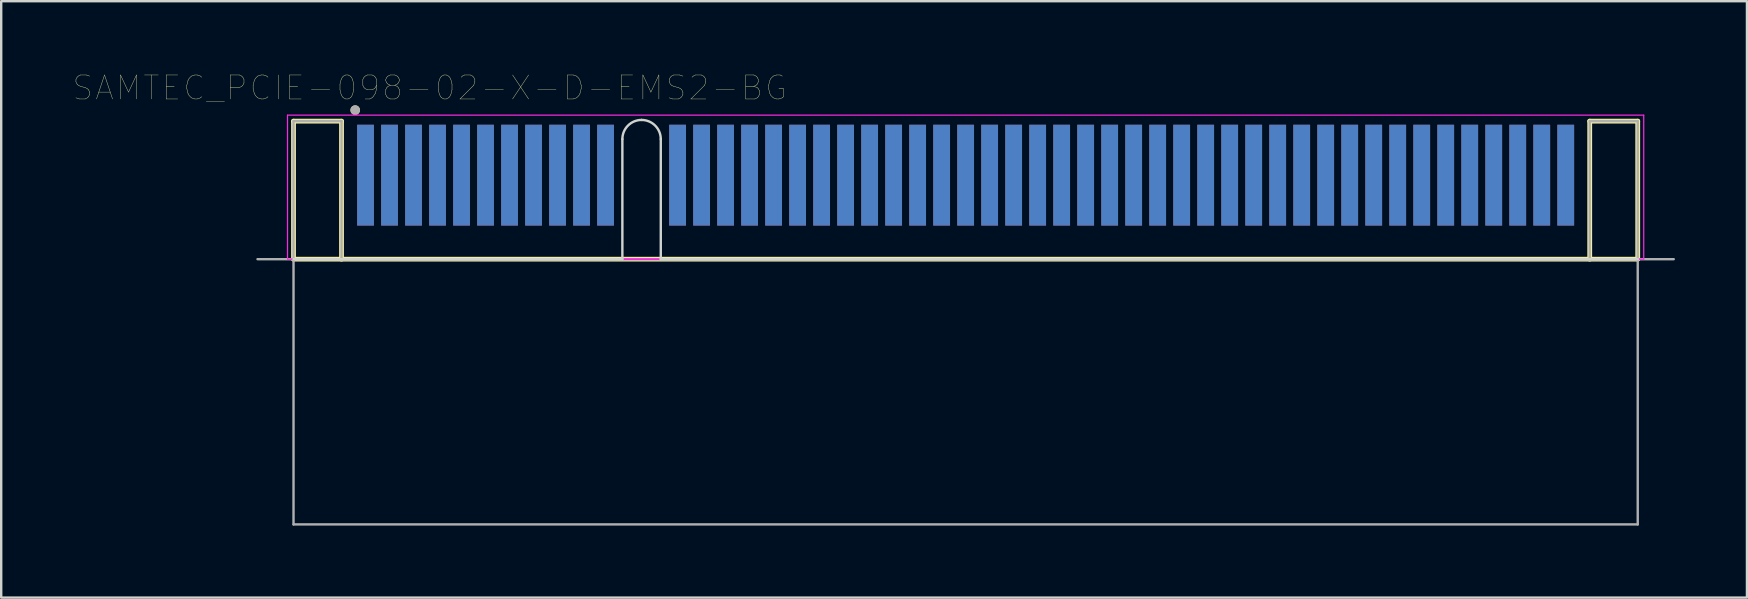
<source format=kicad_pcb>
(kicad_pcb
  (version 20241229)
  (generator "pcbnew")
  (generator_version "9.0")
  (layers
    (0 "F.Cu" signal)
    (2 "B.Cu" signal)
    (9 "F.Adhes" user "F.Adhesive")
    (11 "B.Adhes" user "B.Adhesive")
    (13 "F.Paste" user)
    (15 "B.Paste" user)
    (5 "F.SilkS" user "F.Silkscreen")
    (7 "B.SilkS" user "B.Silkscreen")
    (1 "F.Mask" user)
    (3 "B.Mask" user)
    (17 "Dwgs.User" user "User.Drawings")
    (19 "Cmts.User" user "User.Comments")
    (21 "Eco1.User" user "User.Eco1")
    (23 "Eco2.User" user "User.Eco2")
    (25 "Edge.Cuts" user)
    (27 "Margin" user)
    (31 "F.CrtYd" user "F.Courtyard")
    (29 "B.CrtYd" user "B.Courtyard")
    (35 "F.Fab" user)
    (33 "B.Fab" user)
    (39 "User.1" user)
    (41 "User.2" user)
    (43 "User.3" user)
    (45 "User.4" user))
  (footprint "SAMTEC_PCIE-098-02-X-D-EMS2-BG"
    (layer "F.Cu")
    (at 37.178 7.747)
    (property "Reference" "SAMTEC_PCIE-098-02-X-D-EMS2-BG" (at -22.326 -7.136 0) (layer "F.SilkS") (effects (font (size 1 1) (thickness 0.015))))
    (attr through_hole)
    (fp_line (start -28 -5.75) (end -26 -5.75) (stroke (width 0.2) (type solid)) (layer "F.SilkS"))
    (fp_line (start -28 0) (end -28 -5.75) (stroke (width 0.2) (type solid)) (layer "F.SilkS"))
    (fp_line (start -26 -5.75) (end -26 0) (stroke (width 0.2) (type solid)) (layer "F.SilkS"))
    (fp_line (start 26 -5.75) (end 28 -5.75) (stroke (width 0.2) (type solid)) (layer "F.SilkS"))
    (fp_line (start 26 0) (end 26 -5.75) (stroke (width 0.2) (type solid)) (layer "F.SilkS"))
    (fp_line (start 28 -5.75) (end 28 0) (stroke (width 0.2) (type solid)) (layer "F.SilkS"))
    (fp_line (start 28 0) (end -28 0) (stroke (width 0.2) (type solid)) (layer "F.SilkS"))
    (fp_circle (center -25.43 -6.21) (end -25.33 -6.21) (stroke (width 0.2) (type solid)) (fill no) (layer "F.SilkS"))
    (fp_line (start -14.3 0) (end -28 0) (stroke (width 0.1) (type solid)) (layer "Edge.Cuts"))
    (fp_line (start -14.3 0) (end -14.3 -5) (stroke (width 0.1) (type solid)) (layer "Edge.Cuts"))
    (fp_line (start -12.7 -5) (end -12.7 0) (stroke (width 0.1) (type solid)) (layer "Edge.Cuts"))
    (fp_line (start -12.7 0) (end 28.01 0) (stroke (width 0.1) (type solid)) (layer "Edge.Cuts"))
    (fp_arc (start -14.3 -5) (mid -14.065685 -5.565685) (end -13.5 -5.8) (stroke (width 0.1) (type solid)) (layer "Edge.Cuts"))
    (fp_arc (start -13.5 -5.8) (mid -12.934315 -5.565685) (end -12.7 -5) (stroke (width 0.1) (type solid)) (layer "Edge.Cuts"))
    (fp_line (start -28.25 -6) (end 28.25 -6) (stroke (width 0.05) (type solid)) (layer "F.CrtYd"))
    (fp_line (start -28.25 0) (end -28.25 -6) (stroke (width 0.05) (type solid)) (layer "F.CrtYd"))
    (fp_line (start 28 0) (end -28 0) (stroke (width 0.05) (type solid)) (layer "F.CrtYd"))
    (fp_line (start 28.25 -6) (end 28.25 0) (stroke (width 0.05) (type solid)) (layer "F.CrtYd"))
    (fp_line (start 28.25 0) (end -28.25 0) (stroke (width 0.05) (type solid)) (layer "F.CrtYd"))
    (fp_line (start -29.5 0) (end -28 0) (stroke (width 0.1) (type solid)) (layer "F.Fab"))
    (fp_line (start -28 -5.75) (end -26 -5.75) (stroke (width 0.1) (type solid)) (layer "F.Fab"))
    (fp_line (start -28 0) (end -28 -5.75) (stroke (width 0.1) (type solid)) (layer "F.Fab"))
    (fp_line (start -28 0) (end -28 11.05) (stroke (width 0.1) (type solid)) (layer "F.Fab"))
    (fp_line (start -28 11.05) (end 28 11.05) (stroke (width 0.1) (type solid)) (layer "F.Fab"))
    (fp_line (start -26 -5.75) (end -26 0) (stroke (width 0.1) (type solid)) (layer "F.Fab"))
    (fp_line (start -26 0) (end -28 0) (stroke (width 0.1) (type solid)) (layer "F.Fab"))
    (fp_line (start -26 0) (end 26 0) (stroke (width 0.1) (type solid)) (layer "F.Fab"))
    (fp_line (start -26 0) (end 29.5 0) (stroke (width 0.1) (type solid)) (layer "F.Fab"))
    (fp_line (start 26 -5.75) (end 28 -5.75) (stroke (width 0.1) (type solid)) (layer "F.Fab"))
    (fp_line (start 26 0) (end 26 -5.75) (stroke (width 0.1) (type solid)) (layer "F.Fab"))
    (fp_line (start 28 -5.75) (end 28 0) (stroke (width 0.1) (type solid)) (layer "F.Fab"))
    (fp_line (start 28 0) (end 26 0) (stroke (width 0.1) (type solid)) (layer "F.Fab"))
    (fp_line (start 28 11.05) (end 28 0) (stroke (width 0.1) (type solid)) (layer "F.Fab"))
    (fp_circle (center -25.43 -6.21) (end -25.33 -6.21) (stroke (width 0.2) (type solid)) (fill no) (layer "F.Fab"))
    (pad "A01" smd rect (at -25 -3.5) (size 0.7 4.2) (layers "F.Cu" "F.Mask" "F.Paste"))
    (pad "A02" smd rect (at -24 -3.5) (size 0.7 4.2) (layers "F.Cu" "F.Mask" "F.Paste"))
    (pad "A03" smd rect (at -23 -3.5) (size 0.7 4.2) (layers "F.Cu" "F.Mask" "F.Paste"))
    (pad "A04" smd rect (at -22 -3.5) (size 0.7 4.2) (layers "F.Cu" "F.Mask" "F.Paste"))
    (pad "A05" smd rect (at -21 -3.5) (size 0.7 4.2) (layers "F.Cu" "F.Mask" "F.Paste"))
    (pad "A06" smd rect (at -20 -3.5) (size 0.7 4.2) (layers "F.Cu" "F.Mask" "F.Paste"))
    (pad "A07" smd rect (at -19 -3.5) (size 0.7 4.2) (layers "F.Cu" "F.Mask" "F.Paste"))
    (pad "A08" smd rect (at -18 -3.5) (size 0.7 4.2) (layers "F.Cu" "F.Mask" "F.Paste"))
    (pad "A09" smd rect (at -17 -3.5) (size 0.7 4.2) (layers "F.Cu" "F.Mask" "F.Paste"))
    (pad "A10" smd rect (at -16 -3.5) (size 0.7 4.2) (layers "F.Cu" "F.Mask" "F.Paste"))
    (pad "A11" smd rect (at -15 -3.5) (size 0.7 4.2) (layers "F.Cu" "F.Mask" "F.Paste"))
    (pad "A12" smd rect (at -12 -3.5) (size 0.7 4.2) (layers "F.Cu" "F.Mask" "F.Paste"))
    (pad "A13" smd rect (at -11 -3.5) (size 0.7 4.2) (layers "F.Cu" "F.Mask" "F.Paste"))
    (pad "A14" smd rect (at -10 -3.5) (size 0.7 4.2) (layers "F.Cu" "F.Mask" "F.Paste"))
    (pad "A15" smd rect (at -9 -3.5) (size 0.7 4.2) (layers "F.Cu" "F.Mask" "F.Paste"))
    (pad "A16" smd rect (at -8 -3.5) (size 0.7 4.2) (layers "F.Cu" "F.Mask" "F.Paste"))
    (pad "A17" smd rect (at -7 -3.5) (size 0.7 4.2) (layers "F.Cu" "F.Mask" "F.Paste"))
    (pad "A18" smd rect (at -6 -3.5) (size 0.7 4.2) (layers "F.Cu" "F.Mask" "F.Paste"))
    (pad "A19" smd rect (at -5 -3.5) (size 0.7 4.2) (layers "F.Cu" "F.Mask" "F.Paste"))
    (pad "A20" smd rect (at -4 -3.5) (size 0.7 4.2) (layers "F.Cu" "F.Mask" "F.Paste"))
    (pad "A21" smd rect (at -3 -3.5) (size 0.7 4.2) (layers "F.Cu" "F.Mask" "F.Paste"))
    (pad "A22" smd rect (at -2 -3.5) (size 0.7 4.2) (layers "F.Cu" "F.Mask" "F.Paste"))
    (pad "A23" smd rect (at -1 -3.5) (size 0.7 4.2) (layers "F.Cu" "F.Mask" "F.Paste"))
    (pad "A24" smd rect (at 0 -3.5) (size 0.7 4.2) (layers "F.Cu" "F.Mask" "F.Paste"))
    (pad "A25" smd rect (at 1 -3.5) (size 0.7 4.2) (layers "F.Cu" "F.Mask" "F.Paste"))
    (pad "A26" smd rect (at 2 -3.5) (size 0.7 4.2) (layers "F.Cu" "F.Mask" "F.Paste"))
    (pad "A27" smd rect (at 3 -3.5) (size 0.7 4.2) (layers "F.Cu" "F.Mask" "F.Paste"))
    (pad "A28" smd rect (at 4 -3.5) (size 0.7 4.2) (layers "F.Cu" "F.Mask" "F.Paste"))
    (pad "A29" smd rect (at 5 -3.5) (size 0.7 4.2) (layers "F.Cu" "F.Mask" "F.Paste"))
    (pad "A30" smd rect (at 6 -3.5) (size 0.7 4.2) (layers "F.Cu" "F.Mask" "F.Paste"))
    (pad "A31" smd rect (at 7 -3.5) (size 0.7 4.2) (layers "F.Cu" "F.Mask" "F.Paste"))
    (pad "A32" smd rect (at 8 -3.5) (size 0.7 4.2) (layers "F.Cu" "F.Mask" "F.Paste"))
    (pad "A33" smd rect (at 9 -3.5) (size 0.7 4.2) (layers "F.Cu" "F.Mask" "F.Paste"))
    (pad "A34" smd rect (at 10 -3.5) (size 0.7 4.2) (layers "F.Cu" "F.Mask" "F.Paste"))
    (pad "A35" smd rect (at 11 -3.5) (size 0.7 4.2) (layers "F.Cu" "F.Mask" "F.Paste"))
    (pad "A36" smd rect (at 12 -3.5) (size 0.7 4.2) (layers "F.Cu" "F.Mask" "F.Paste"))
    (pad "A37" smd rect (at 13 -3.5) (size 0.7 4.2) (layers "F.Cu" "F.Mask" "F.Paste"))
    (pad "A38" smd rect (at 14 -3.5) (size 0.7 4.2) (layers "F.Cu" "F.Mask" "F.Paste"))
    (pad "A39" smd rect (at 15 -3.5) (size 0.7 4.2) (layers "F.Cu" "F.Mask" "F.Paste"))
    (pad "A40" smd rect (at 16 -3.5) (size 0.7 4.2) (layers "F.Cu" "F.Mask" "F.Paste"))
    (pad "A41" smd rect (at 17 -3.5) (size 0.7 4.2) (layers "F.Cu" "F.Mask" "F.Paste"))
    (pad "A42" smd rect (at 18 -3.5) (size 0.7 4.2) (layers "F.Cu" "F.Mask" "F.Paste"))
    (pad "A43" smd rect (at 19 -3.5) (size 0.7 4.2) (layers "F.Cu" "F.Mask" "F.Paste"))
    (pad "A44" smd rect (at 20 -3.5) (size 0.7 4.2) (layers "F.Cu" "F.Mask" "F.Paste"))
    (pad "A45" smd rect (at 21 -3.5) (size 0.7 4.2) (layers "F.Cu" "F.Mask" "F.Paste"))
    (pad "A46" smd rect (at 22 -3.5) (size 0.7 4.2) (layers "F.Cu" "F.Mask" "F.Paste"))
    (pad "A47" smd rect (at 23 -3.5) (size 0.7 4.2) (layers "F.Cu" "F.Mask" "F.Paste"))
    (pad "A48" smd rect (at 24 -3.5) (size 0.7 4.2) (layers "F.Cu" "F.Mask" "F.Paste"))
    (pad "A49" smd rect (at 25 -3.5) (size 0.7 4.2) (layers "F.Cu" "F.Mask" "F.Paste"))
    (pad "B01" smd rect (at -25 -3.5) (size 0.7 4.2) (layers "B.Cu" "B.Mask" "B.Paste"))
    (pad "B02" smd rect (at -24 -3.5) (size 0.7 4.2) (layers "B.Cu" "B.Mask" "B.Paste"))
    (pad "B03" smd rect (at -23 -3.5) (size 0.7 4.2) (layers "B.Cu" "B.Mask" "B.Paste"))
    (pad "B04" smd rect (at -22 -3.5) (size 0.7 4.2) (layers "B.Cu" "B.Mask" "B.Paste"))
    (pad "B05" smd rect (at -21 -3.5) (size 0.7 4.2) (layers "B.Cu" "B.Mask" "B.Paste"))
    (pad "B06" smd rect (at -20 -3.5) (size 0.7 4.2) (layers "B.Cu" "B.Mask" "B.Paste"))
    (pad "B07" smd rect (at -19 -3.5) (size 0.7 4.2) (layers "B.Cu" "B.Mask" "B.Paste"))
    (pad "B08" smd rect (at -18 -3.5) (size 0.7 4.2) (layers "B.Cu" "B.Mask" "B.Paste"))
    (pad "B09" smd rect (at -17 -3.5) (size 0.7 4.2) (layers "B.Cu" "B.Mask" "B.Paste"))
    (pad "B10" smd rect (at -16 -3.5) (size 0.7 4.2) (layers "B.Cu" "B.Mask" "B.Paste"))
    (pad "B11" smd rect (at -15 -3.5) (size 0.7 4.2) (layers "B.Cu" "B.Mask" "B.Paste"))
    (pad "B12" smd rect (at -12 -3.5) (size 0.7 4.2) (layers "B.Cu" "B.Mask" "B.Paste"))
    (pad "B13" smd rect (at -11 -3.5) (size 0.7 4.2) (layers "B.Cu" "B.Mask" "B.Paste"))
    (pad "B14" smd rect (at -10 -3.5) (size 0.7 4.2) (layers "B.Cu" "B.Mask" "B.Paste"))
    (pad "B15" smd rect (at -9 -3.5) (size 0.7 4.2) (layers "B.Cu" "B.Mask" "B.Paste"))
    (pad "B16" smd rect (at -8 -3.5) (size 0.7 4.2) (layers "B.Cu" "B.Mask" "B.Paste"))
    (pad "B17" smd rect (at -7 -3.5) (size 0.7 4.2) (layers "B.Cu" "B.Mask" "B.Paste"))
    (pad "B18" smd rect (at -6 -3.5) (size 0.7 4.2) (layers "B.Cu" "B.Mask" "B.Paste"))
    (pad "B19" smd rect (at -5 -3.5) (size 0.7 4.2) (layers "B.Cu" "B.Mask" "B.Paste"))
    (pad "B20" smd rect (at -4 -3.5) (size 0.7 4.2) (layers "B.Cu" "B.Mask" "B.Paste"))
    (pad "B21" smd rect (at -3 -3.5) (size 0.7 4.2) (layers "B.Cu" "B.Mask" "B.Paste"))
    (pad "B22" smd rect (at -2 -3.5) (size 0.7 4.2) (layers "B.Cu" "B.Mask" "B.Paste"))
    (pad "B23" smd rect (at -1 -3.5) (size 0.7 4.2) (layers "B.Cu" "B.Mask" "B.Paste"))
    (pad "B24" smd rect (at 0 -3.5) (size 0.7 4.2) (layers "B.Cu" "B.Mask" "B.Paste"))
    (pad "B25" smd rect (at 1 -3.5) (size 0.7 4.2) (layers "B.Cu" "B.Mask" "B.Paste"))
    (pad "B26" smd rect (at 2 -3.5) (size 0.7 4.2) (layers "B.Cu" "B.Mask" "B.Paste"))
    (pad "B27" smd rect (at 3 -3.5) (size 0.7 4.2) (layers "B.Cu" "B.Mask" "B.Paste"))
    (pad "B28" smd rect (at 4 -3.5) (size 0.7 4.2) (layers "B.Cu" "B.Mask" "B.Paste"))
    (pad "B29" smd rect (at 5 -3.5) (size 0.7 4.2) (layers "B.Cu" "B.Mask" "B.Paste"))
    (pad "B30" smd rect (at 6 -3.5) (size 0.7 4.2) (layers "B.Cu" "B.Mask" "B.Paste"))
    (pad "B31" smd rect (at 7 -3.5) (size 0.7 4.2) (layers "B.Cu" "B.Mask" "B.Paste"))
    (pad "B32" smd rect (at 8 -3.5) (size 0.7 4.2) (layers "B.Cu" "B.Mask" "B.Paste"))
    (pad "B33" smd rect (at 9 -3.5) (size 0.7 4.2) (layers "B.Cu" "B.Mask" "B.Paste"))
    (pad "B34" smd rect (at 10 -3.5) (size 0.7 4.2) (layers "B.Cu" "B.Mask" "B.Paste"))
    (pad "B35" smd rect (at 11 -3.5) (size 0.7 4.2) (layers "B.Cu" "B.Mask" "B.Paste"))
    (pad "B36" smd rect (at 12 -3.5) (size 0.7 4.2) (layers "B.Cu" "B.Mask" "B.Paste"))
    (pad "B37" smd rect (at 13 -3.5) (size 0.7 4.2) (layers "B.Cu" "B.Mask" "B.Paste"))
    (pad "B38" smd rect (at 14 -3.5) (size 0.7 4.2) (layers "B.Cu" "B.Mask" "B.Paste"))
    (pad "B39" smd rect (at 15 -3.5) (size 0.7 4.2) (layers "B.Cu" "B.Mask" "B.Paste"))
    (pad "B40" smd rect (at 16 -3.5) (size 0.7 4.2) (layers "B.Cu" "B.Mask" "B.Paste"))
    (pad "B41" smd rect (at 17 -3.5) (size 0.7 4.2) (layers "B.Cu" "B.Mask" "B.Paste"))
    (pad "B42" smd rect (at 18 -3.5) (size 0.7 4.2) (layers "B.Cu" "B.Mask" "B.Paste"))
    (pad "B43" smd rect (at 19 -3.5) (size 0.7 4.2) (layers "B.Cu" "B.Mask" "B.Paste"))
    (pad "B44" smd rect (at 20 -3.5) (size 0.7 4.2) (layers "B.Cu" "B.Mask" "B.Paste"))
    (pad "B45" smd rect (at 21 -3.5) (size 0.7 4.2) (layers "B.Cu" "B.Mask" "B.Paste"))
    (pad "B46" smd rect (at 22 -3.5) (size 0.7 4.2) (layers "B.Cu" "B.Mask" "B.Paste"))
    (pad "B47" smd rect (at 23 -3.5) (size 0.7 4.2) (layers "B.Cu" "B.Mask" "B.Paste"))
    (pad "B48" smd rect (at 24 -3.5) (size 0.7 4.2) (layers "B.Cu" "B.Mask" "B.Paste"))
    (pad "B49" smd rect (at 25 -3.5) (size 0.7 4.2) (layers "B.Cu" "B.Mask" "B.Paste")))
  (gr_rect
    (start -3 -3)
    (end 69.728 21.847)
    (stroke (width 0.1) (type default))
    (fill no)
    (layer "Edge.Cuts")))
</source>
